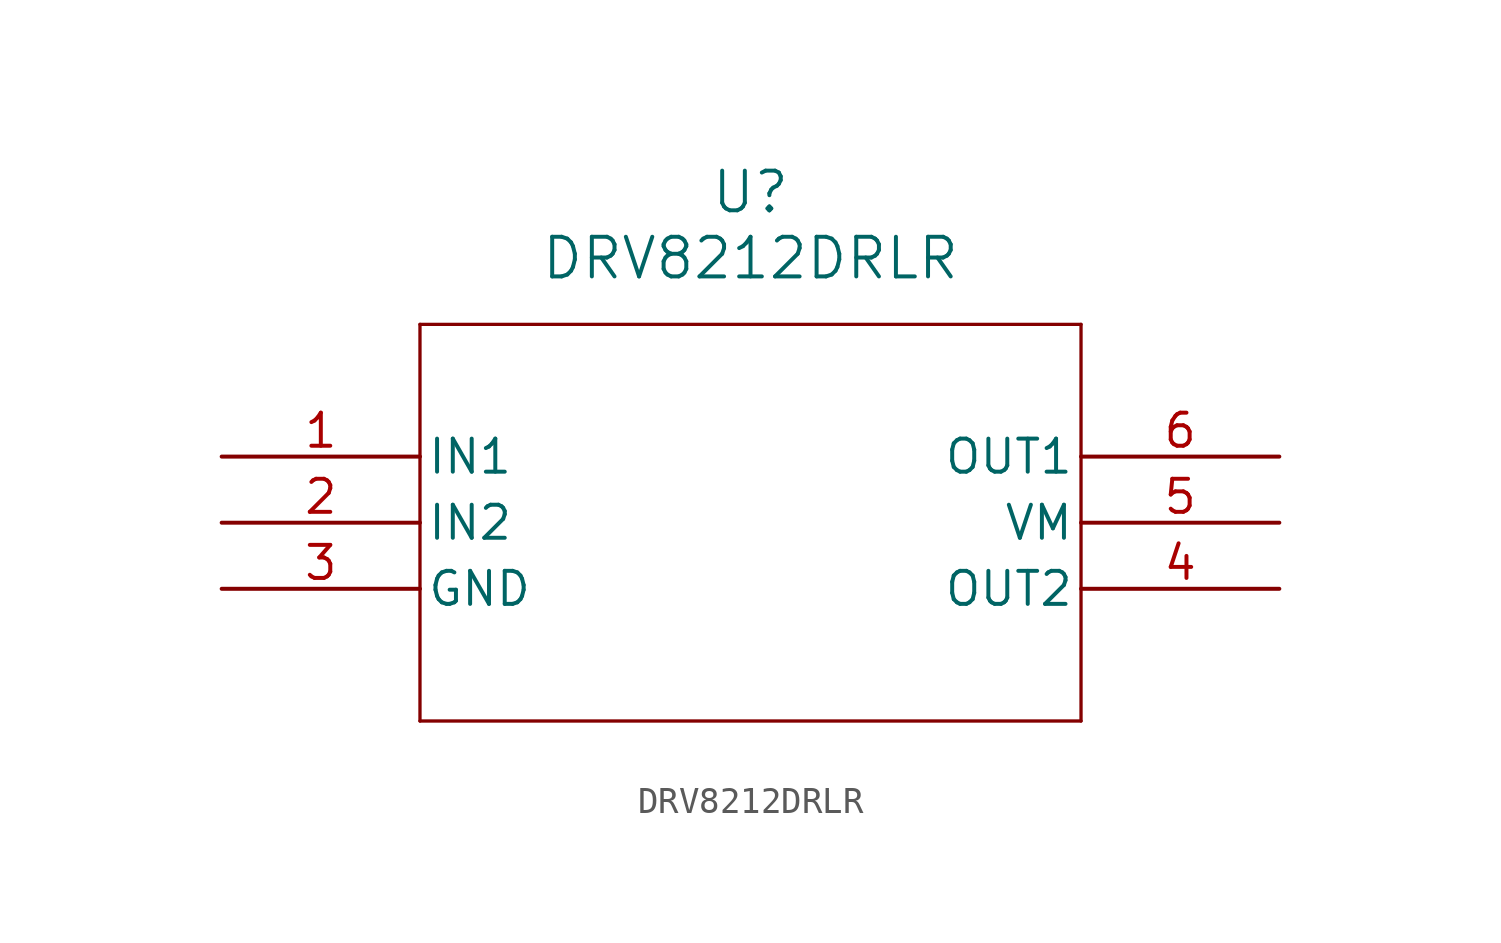
<source format=kicad_sym>
(kicad_symbol_lib
  (version 20211014)
  (generator kicad_symbol_editor)
  (symbol "DRV8212DRLR"
    (pin_names
      (offset 0.254))
    (property "Reference" "U"
      (at 20.32 10.16 0)
      (effects (font (size 1.524 1.524))))
    (property "Value" "DRV8212DRLR"
      (at 20.32 7.62 0)
      (effects (font (size 1.524 1.524))))
    (symbol "DRV8212DRLR_0_1"
      (polyline (pts (xy 7.62 5.08) (xy 7.62 -10.16)) (stroke (width 0.127) (type default) (color 0 0 0 0)) (fill (type none)))
      (polyline (pts (xy 7.62 -10.16) (xy 33.02 -10.16)) (stroke (width 0.127) (type default) (color 0 0 0 0)) (fill (type none)))
      (polyline (pts (xy 33.02 -10.16) (xy 33.02 5.08)) (stroke (width 0.127) (type default) (color 0 0 0 0)) (fill (type none)))
      (polyline (pts (xy 33.02 5.08) (xy 7.62 5.08)) (stroke (width 0.127) (type default) (color 0 0 0 0)) (fill (type none)))
      (pin input line (at 0 0 0) (length 7.62) (name "IN1" (effects (font (size 1.27 1.27)))) (number "1" (effects (font (size 1.27 1.27)))))
      (pin input line (at 0 -2.54 0) (length 7.62) (name "IN2" (effects (font (size 1.27 1.27)))) (number "2" (effects (font (size 1.27 1.27)))))
      (pin power_out line (at 0 -5.08 0) (length 7.62) (name "GND" (effects (font (size 1.27 1.27)))) (number "3" (effects (font (size 1.27 1.27)))))
      (pin output line (at 40.64 -5.08 180) (length 7.62) (name "OUT2" (effects (font (size 1.27 1.27)))) (number "4" (effects (font (size 1.27 1.27)))))
      (pin power_in line (at 40.64 -2.54 180) (length 7.62) (name "VM" (effects (font (size 1.27 1.27)))) (number "5" (effects (font (size 1.27 1.27)))))
      (pin output line (at 40.64 0 180) (length 7.62) (name "OUT1" (effects (font (size 1.27 1.27)))) (number "6" (effects (font (size 1.27 1.27))))))))
</source>
